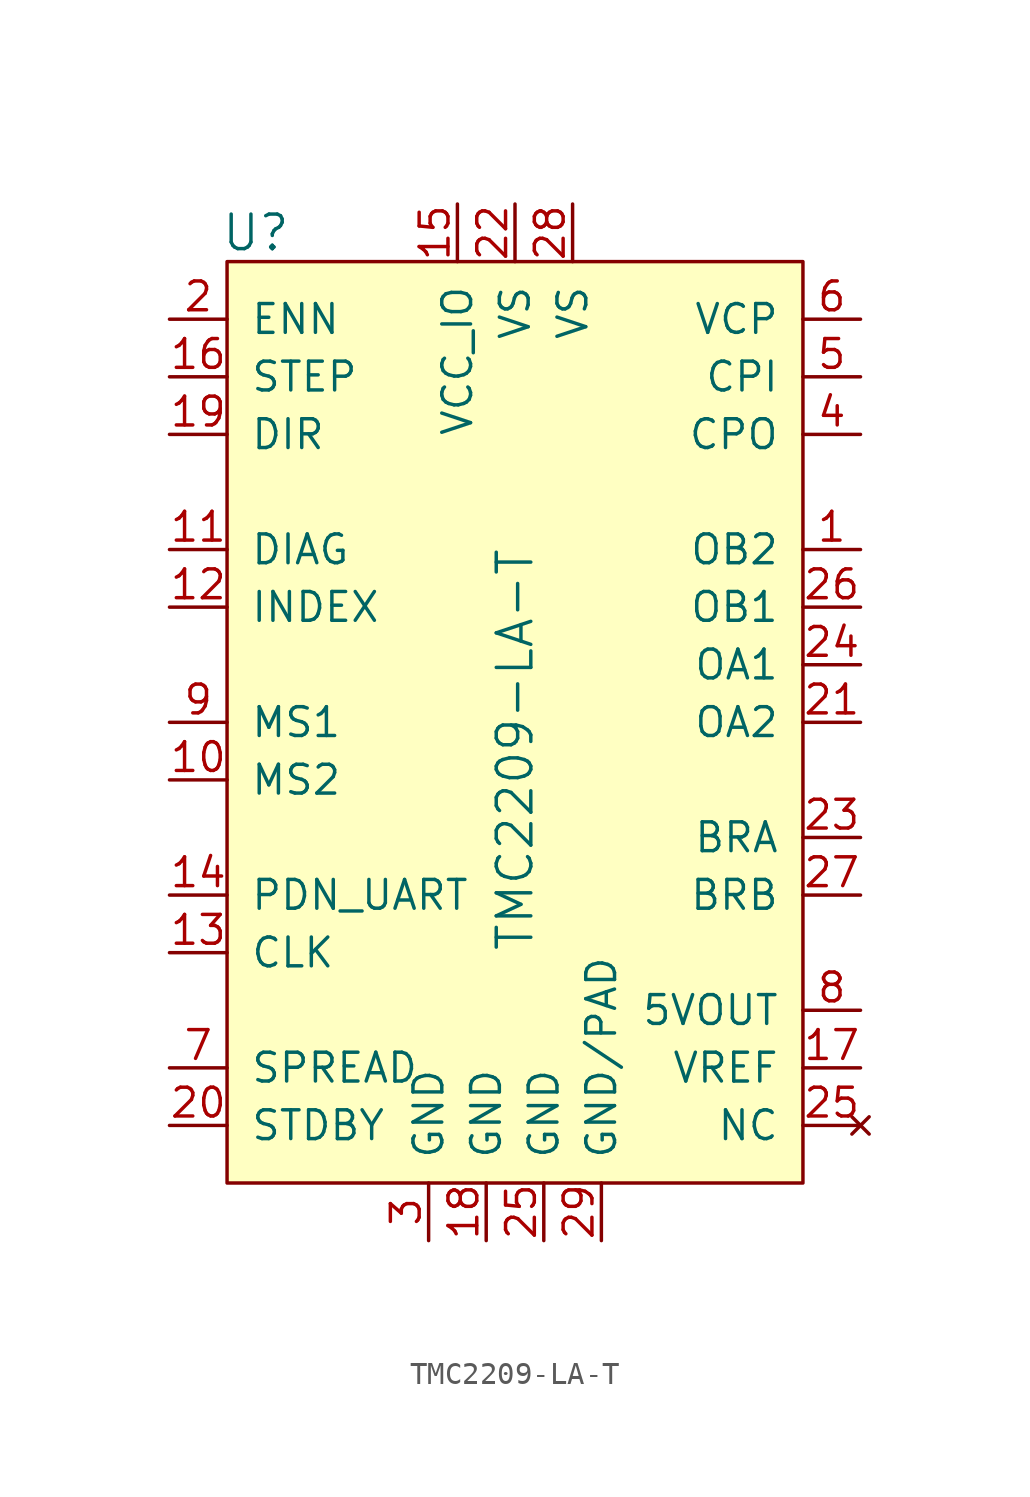
<source format=kicad_sym>
(kicad_symbol_lib
  (version 20211014)
  (generator kicad_symbol_editor)
  (symbol "TMC2209-LA-T"
    (pin_names
      (offset 1.016))
    (property "Reference" "U"
      (at -24.13 1.27 0)
      (effects (font (size 1.524 1.524))))
    (property "Value" "TMC2209-LA-T"
      (at -12.7 -30.48 90)
      (effects (font (size 1.524 1.524)) (justify left)))
    (symbol "TMC2209-LA-T_0_1"
      (rectangle (start -25.4 0) (end 0 -40.64) (stroke (width 0) (type default) (color 0 0 0 0)) (fill (type background))))
    (symbol "TMC2209-LA-T_1_1"
      (pin output line (at 2.54 -12.7 180) (length 2.54) (name "OB2" (effects (font (size 1.27 1.27)))) (number "1" (effects (font (size 1.27 1.27)))))
      (pin input line (at -27.94 -22.86 0) (length 2.54) (name "MS2" (effects (font (size 1.27 1.27)))) (number "10" (effects (font (size 1.27 1.27)))))
      (pin output line (at -27.94 -12.7 0) (length 2.54) (name "DIAG" (effects (font (size 1.27 1.27)))) (number "11" (effects (font (size 1.27 1.27)))))
      (pin output line (at -27.94 -15.24 0) (length 2.54) (name "INDEX" (effects (font (size 1.27 1.27)))) (number "12" (effects (font (size 1.27 1.27)))))
      (pin input line (at -27.94 -30.48 0) (length 2.54) (name "CLK" (effects (font (size 1.27 1.27)))) (number "13" (effects (font (size 1.27 1.27)))))
      (pin output line (at -27.94 -27.94 0) (length 2.54) (name "PDN_UART" (effects (font (size 1.27 1.27)))) (number "14" (effects (font (size 1.27 1.27)))))
      (pin power_in line (at -15.24 2.54 270) (length 2.54) (name "VCC_IO" (effects (font (size 1.27 1.27)))) (number "15" (effects (font (size 1.27 1.27)))))
      (pin input line (at -27.94 -5.08 0) (length 2.54) (name "STEP" (effects (font (size 1.27 1.27)))) (number "16" (effects (font (size 1.27 1.27)))))
      (pin input line (at 2.54 -35.56 180) (length 2.54) (name "VREF" (effects (font (size 1.27 1.27)))) (number "17" (effects (font (size 1.27 1.27)))))
      (pin power_in line (at -13.97 -43.18 90) (length 2.54) (name "GND" (effects (font (size 1.27 1.27)))) (number "18" (effects (font (size 1.27 1.27)))))
      (pin input line (at -27.94 -7.62 0) (length 2.54) (name "DIR" (effects (font (size 1.27 1.27)))) (number "19" (effects (font (size 1.27 1.27)))))
      (pin input line (at -27.94 -2.54 0) (length 2.54) (name "ENN" (effects (font (size 1.27 1.27)))) (number "2" (effects (font (size 1.27 1.27)))))
      (pin input line (at -27.94 -38.1 0) (length 2.54) (name "STDBY" (effects (font (size 1.27 1.27)))) (number "20" (effects (font (size 1.27 1.27)))))
      (pin output line (at 2.54 -20.32 180) (length 2.54) (name "OA2" (effects (font (size 1.27 1.27)))) (number "21" (effects (font (size 1.27 1.27)))))
      (pin power_in line (at -12.7 2.54 270) (length 2.54) (name "VS" (effects (font (size 1.27 1.27)))) (number "22" (effects (font (size 1.27 1.27)))))
      (pin input line (at 2.54 -25.4 180) (length 2.54) (name "BRA" (effects (font (size 1.27 1.27)))) (number "23" (effects (font (size 1.27 1.27)))))
      (pin output line (at 2.54 -17.78 180) (length 2.54) (name "OA1" (effects (font (size 1.27 1.27)))) (number "24" (effects (font (size 1.27 1.27)))))
      (pin power_in line (at -11.43 -43.18 90) (length 2.54) (name "GND" (effects (font (size 1.27 1.27)))) (number "25" (effects (font (size 1.27 1.27)))))
      (pin no_connect line (at 2.54 -38.1 180) (length 2.54) (name "NC" (effects (font (size 1.27 1.27)))) (number "25" (effects (font (size 1.27 1.27)))))
      (pin output line (at 2.54 -15.24 180) (length 2.54) (name "OB1" (effects (font (size 1.27 1.27)))) (number "26" (effects (font (size 1.27 1.27)))))
      (pin input line (at 2.54 -27.94 180) (length 2.54) (name "BRB" (effects (font (size 1.27 1.27)))) (number "27" (effects (font (size 1.27 1.27)))))
      (pin power_in line (at -10.16 2.54 270) (length 2.54) (name "VS" (effects (font (size 1.27 1.27)))) (number "28" (effects (font (size 1.27 1.27)))))
      (pin power_in line (at -8.89 -43.18 90) (length 2.54) (name "GND/PAD" (effects (font (size 1.27 1.27)))) (number "29" (effects (font (size 1.27 1.27)))))
      (pin power_in line (at -16.51 -43.18 90) (length 2.54) (name "GND" (effects (font (size 1.27 1.27)))) (number "3" (effects (font (size 1.27 1.27)))))
      (pin output line (at 2.54 -7.62 180) (length 2.54) (name "CPO" (effects (font (size 1.27 1.27)))) (number "4" (effects (font (size 1.27 1.27)))))
      (pin input line (at 2.54 -5.08 180) (length 2.54) (name "CPI" (effects (font (size 1.27 1.27)))) (number "5" (effects (font (size 1.27 1.27)))))
      (pin input line (at 2.54 -2.54 180) (length 2.54) (name "VCP" (effects (font (size 1.27 1.27)))) (number "6" (effects (font (size 1.27 1.27)))))
      (pin input line (at -27.94 -35.56 0) (length 2.54) (name "SPREAD" (effects (font (size 1.27 1.27)))) (number "7" (effects (font (size 1.27 1.27)))))
      (pin power_out line (at 2.54 -33.02 180) (length 2.54) (name "5VOUT" (effects (font (size 1.27 1.27)))) (number "8" (effects (font (size 1.27 1.27)))))
      (pin input line (at -27.94 -20.32 0) (length 2.54) (name "MS1" (effects (font (size 1.27 1.27)))) (number "9" (effects (font (size 1.27 1.27))))))))
</source>
